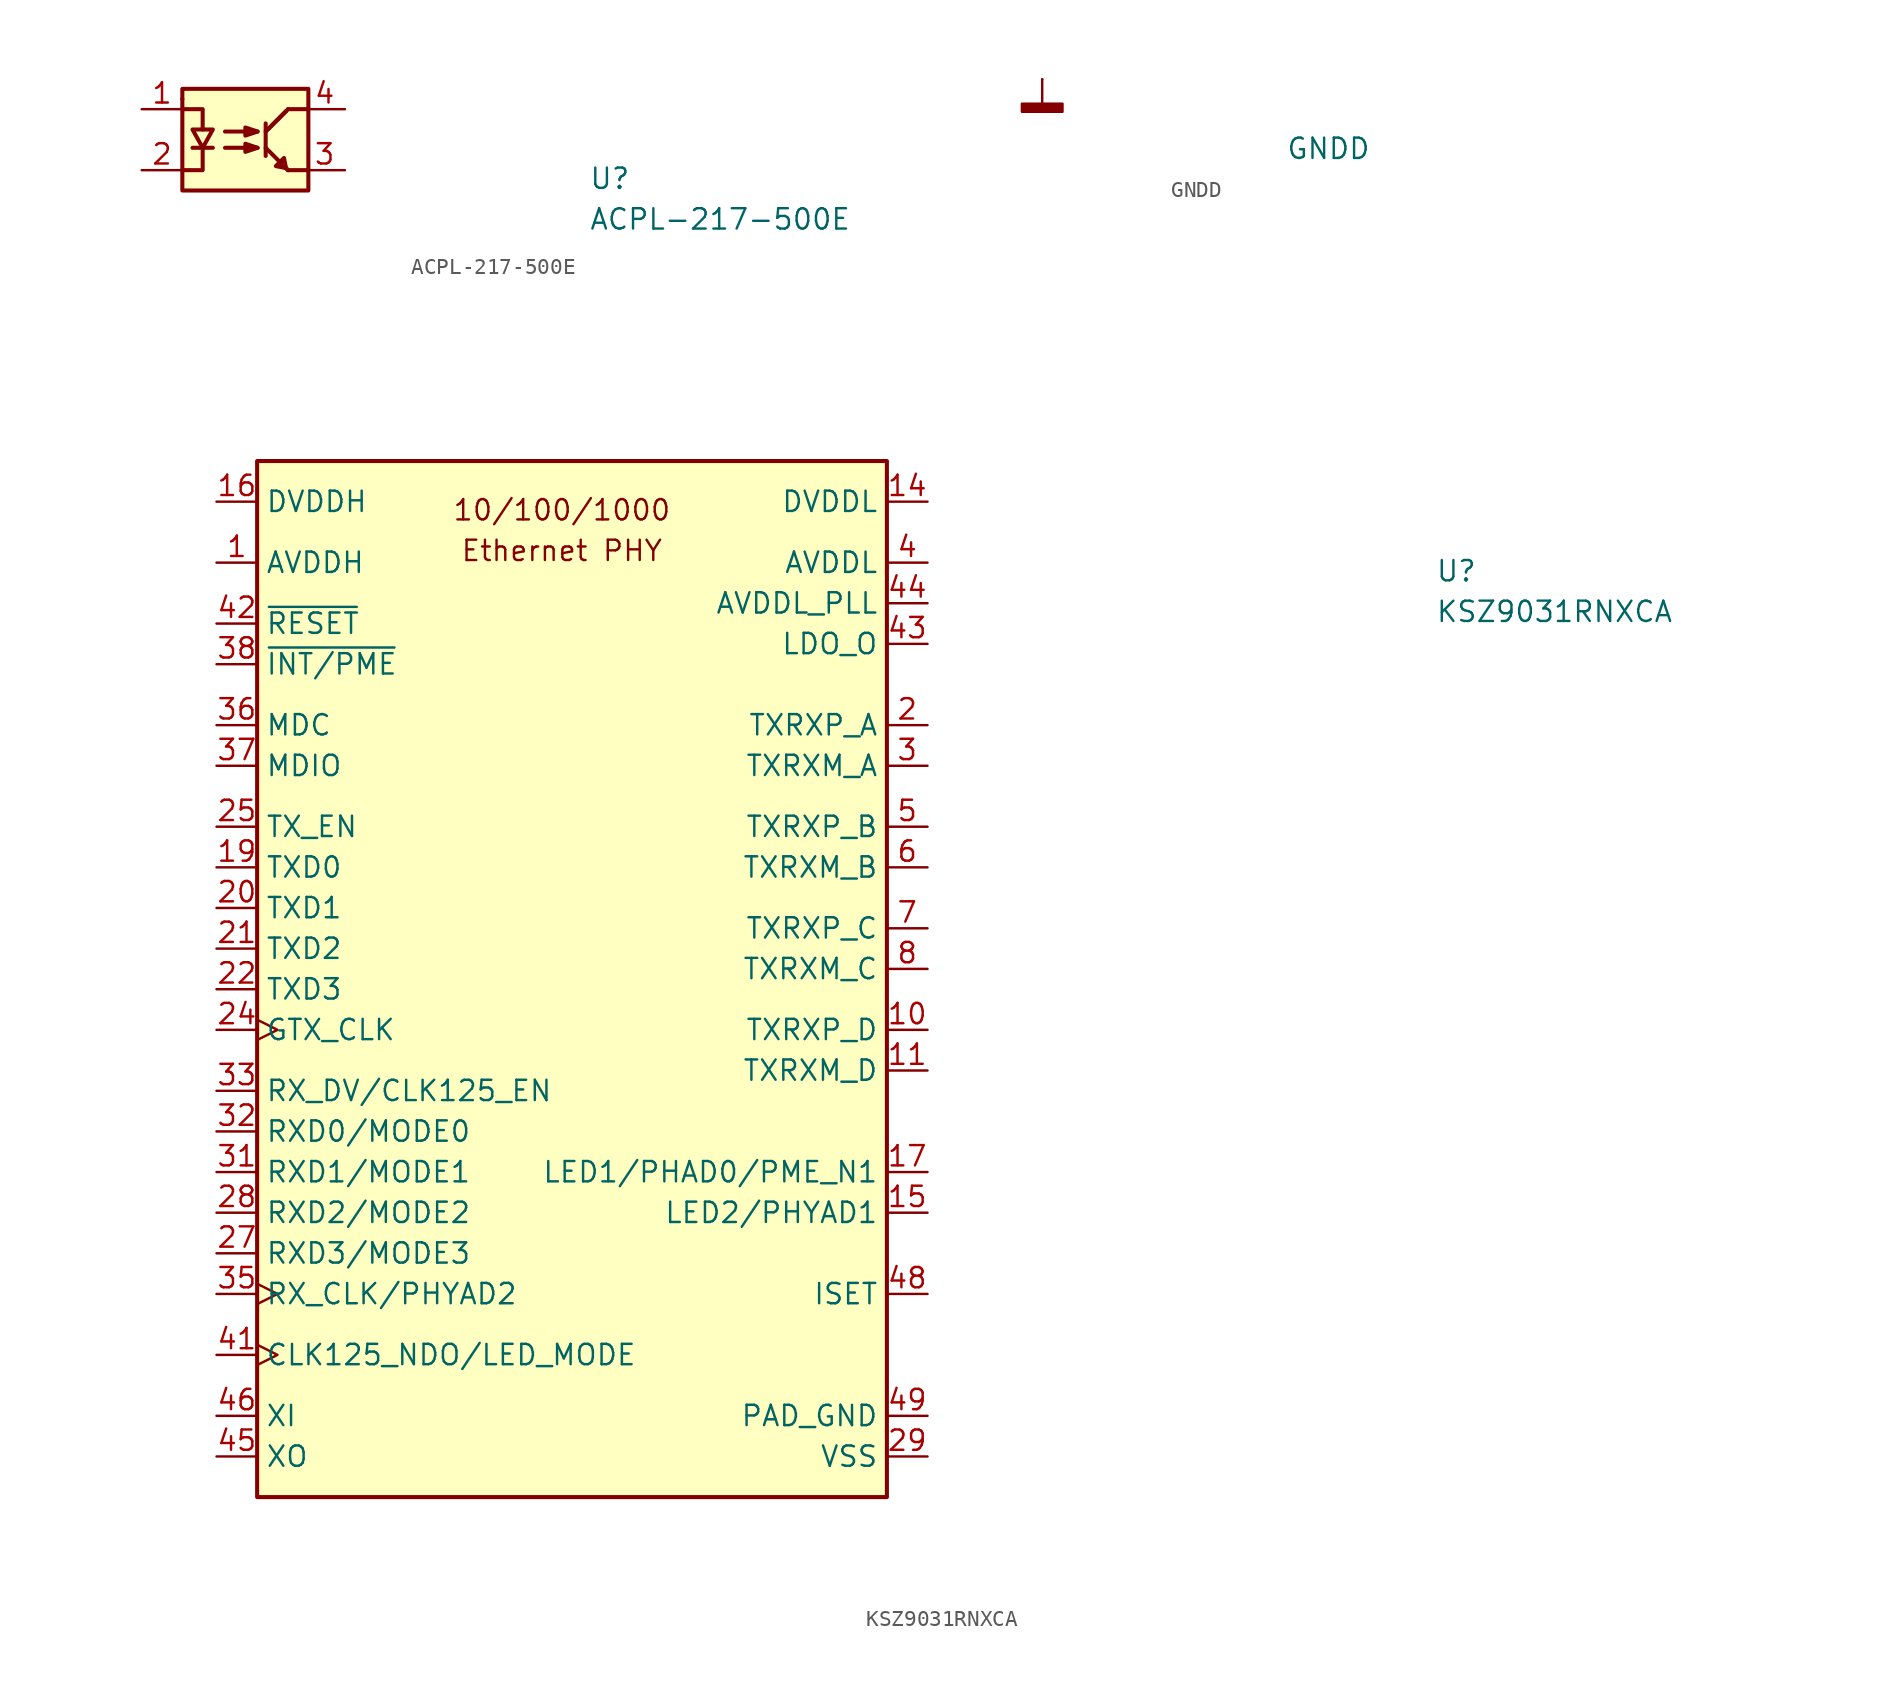
<source format=kicad_sym>
(kicad_symbol_lib
  (version 20211014)
  (generator kicad_symbol_editor)
  (symbol "ACPL-217-500E"
    (property "Reference" "U"
      (at 27.94 -5.08 0)
      (effects (font (size 1.27 1.27) (thickness 0.15)) (justify left bottom)))
    (property "Value" "ACPL-217-500E"
      (at 27.94 -7.62 0)
      (effects (font (size 1.27 1.27) (thickness 0.15)) (justify left bottom)))
    (symbol "ACPL-217-500E_1_1"
      (polyline (pts (xy 3.175 -2.413) (xy 4.445 -2.413)) (stroke (width 0.254) (type default) (color 0 0 0 0)) (fill (type background)))
      (polyline (pts (xy 5.207 -2.413) (xy 7.239 -2.413)) (stroke (width 0.254) (type default) (color 0 0 0 0)) (fill (type background)))
      (polyline (pts (xy 5.207 -1.397) (xy 7.239 -1.397)) (stroke (width 0.254) (type default) (color 0 0 0 0)) (fill (type background)))
      (polyline (pts (xy 7.747 -0.889) (xy 7.747 -2.921)) (stroke (width 0.254) (type default) (color 0 0 0 0)) (fill (type background)))
      (polyline (pts (xy 9.017 -3.683) (xy 7.747 -2.413)) (stroke (width 0.254) (type default) (color 0 0 0 0)) (fill (type background)))
      (polyline (pts (xy 9.017 -0.127) (xy 7.747 -1.397)) (stroke (width 0.254) (type default) (color 0 0 0 0)) (fill (type background)))
      (polyline (pts (xy 9.144 -3.81) (xy 8.89 -3.556)) (stroke (width 0.254) (type default) (color 0 0 0 0)) (fill (type background)))
      (polyline (pts (xy 9.144 -3.81) (xy 8.89 -3.556)) (stroke (width 0.254) (type default) (color 0 0 0 0)) (fill (type background)))
      (polyline (pts (xy 9.144 0) (xy 7.874 -1.27)) (stroke (width 0.254) (type default) (color 0 0 0 0)) (fill (type background)))
      (polyline (pts (xy 10.414 -3.81) (xy 9.144 -3.81)) (stroke (width 0.254) (type default) (color 0 0 0 0)) (fill (type background)))
      (polyline (pts (xy 10.414 0) (xy 9.144 0)) (stroke (width 0.254) (type default) (color 0 0 0 0)) (fill (type background)))
      (polyline (pts (xy 2.54 -3.81) (xy 3.81 -3.81) (xy 3.81 -2.54)) (stroke (width 0.254) (type default) (color 0 0 0 0)) (fill (type background)))
      (polyline (pts (xy 2.54 0) (xy 3.81 0) (xy 3.81 -1.27)) (stroke (width 0.254) (type default) (color 0 0 0 0)) (fill (type background)))
      (polyline (pts (xy 3.175 -1.27) (xy 4.445 -1.27) (xy 3.81 -2.413) (xy 3.175 -1.27)) (stroke (width 0.254) (type default) (color 0 0 0 0)) (fill (type background)))
      (polyline (pts (xy 6.477 -2.159) (xy 6.477 -2.159) (xy 6.477 -2.667) (xy 7.239 -2.413) (xy 6.477 -2.159) (xy 6.477 -2.159)) (stroke (width 0.254) (type default) (color 0 0 0 0)) (fill (type background)))
      (polyline (pts (xy 6.477 -1.143) (xy 6.477 -1.143) (xy 6.477 -1.651) (xy 7.239 -1.397) (xy 6.477 -1.143) (xy 6.477 -1.143)) (stroke (width 0.254) (type default) (color 0 0 0 0)) (fill (type background)))
      (polyline (pts (xy 9.017 -3.683) (xy 9.017 -3.683) (xy 8.89 -3.048) (xy 8.382 -3.556) (xy 9.017 -3.683) (xy 9.017 -3.683)) (stroke (width 0.254) (type default) (color 0 0 0 0)) (fill (type background)))
      (rectangle (start 2.54 0.635) (end 2.54 0.635) (stroke (width 0.254) (type default) (color 0 0 0 0)) (fill (type background)))
      (rectangle (start 2.54 1.27) (end 10.414 -5.08) (stroke (width 0.254) (type default) (color 0 0 0 0)) (fill (type background)))
      (pin passive line (at 0 0 0) (length 2.54) (name "~" (effects (font (size 1.27 1.27)))) (number "1" (effects (font (size 1.27 1.27)))))
      (pin passive line (at 0 -3.81 0) (length 2.54) (name "~" (effects (font (size 1.27 1.27)))) (number "2" (effects (font (size 1.27 1.27)))))
      (pin passive line (at 12.7 -3.81 180) (length 2.54) (name "~" (effects (font (size 1.27 1.27)))) (number "3" (effects (font (size 1.27 1.27)))))
      (pin passive line (at 12.7 0 180) (length 2.54) (name "~" (effects (font (size 1.27 1.27)))) (number "4" (effects (font (size 1.27 1.27)))))))
  (symbol "GNDD"
    (power)
    (pin_numbers hide)
    (pin_names hide)
    (property "Reference" "#PWR"
      (at 15.24 -2.54 0)
      (effects (font (size 1.27 1.27) (thickness 0.15)) (justify left bottom) hide))
    (property "Value" "GNDD"
      (at 15.24 -5.08 0)
      (effects (font (size 1.27 1.27) (thickness 0.15)) (justify left bottom)))
    (symbol "GNDD_1_1"
      (rectangle (start -1.27 -1.524) (end 1.27 -2.032) (stroke (width 0) (type default) (color 0 0 0 0)) (fill (type outline)))
      (polyline (pts (xy 0 0) (xy 0 -1.524)) (stroke (width 0) (type default) (color 0 0 0 0)) (fill (type background)))
      (pin power_in line (at 0 0 270) (length 0) (name "GNDD" (effects (font (size 1.27 1.27)))) (number "1" (effects (font (size 1.27 1.27)))))))
  (symbol "KSZ9031RNXCA"
    (property "Reference" "U"
      (at 76.2 -5.08 0)
      (effects (font (size 1.27 1.27) (thickness 0.15)) (justify left bottom)))
    (property "Value" "KSZ9031RNXCA"
      (at 76.2 -7.62 0)
      (effects (font (size 1.27 1.27) (thickness 0.15)) (justify left bottom)))
    (symbol "KSZ9031RNXCA_1_1"
      (rectangle (start 2.54 2.54) (end 41.91 -62.23) (stroke (width 0.254) (type default) (color 0 0 0 0)) (fill (type background)))
      (text "10/100/1000" (at 21.59 -1.27 0) (effects (font (size 1.27 1.27) (thickness 0.15)) (justify bottom)))
      (text "Ethernet PHY" (at 21.59 -3.81 0) (effects (font (size 1.27 1.27) (thickness 0.15)) (justify bottom)))
      (pin power_in line (at 0 -3.81 0) (length 2.54) (name "AVDDH" (effects (font (size 1.27 1.27)))) (number "1" (effects (font (size 1.27 1.27)))))
      (pin bidirectional line (at 44.45 -33.02 180) (length 2.54) (name "TXRXP_D" (effects (font (size 1.27 1.27)))) (number "10" (effects (font (size 1.27 1.27)))))
      (pin bidirectional line (at 44.45 -35.56 180) (length 2.54) (name "TXRXM_D" (effects (font (size 1.27 1.27)))) (number "11" (effects (font (size 1.27 1.27)))))
      (pin passive line (at 0 -3.81 0) (length 2.54) hide (name "AVDDH" (effects (font (size 1.27 1.27)))) (number "12" (effects (font (size 1.27 1.27)))))
      (pin no_connect line (at 28.575 -62.23 90) (length 2.54) hide (name "NC" (effects (font (size 1.27 1.27)))) (number "13" (effects (font (size 1.27 1.27)))))
      (pin power_in line (at 44.45 0 180) (length 2.54) (name "DVDDL" (effects (font (size 1.27 1.27)))) (number "14" (effects (font (size 1.27 1.27)))))
      (pin bidirectional line (at 44.45 -44.45 180) (length 2.54) (name "LED2/PHYAD1" (effects (font (size 1.27 1.27)))) (number "15" (effects (font (size 1.27 1.27)))))
      (pin power_in line (at 0 0 0) (length 2.54) (name "DVDDH" (effects (font (size 1.27 1.27)))) (number "16" (effects (font (size 1.27 1.27)))))
      (pin bidirectional line (at 44.45 -41.91 180) (length 2.54) (name "LED1/PHAD0/PME_N1" (effects (font (size 1.27 1.27)))) (number "17" (effects (font (size 1.27 1.27)))))
      (pin passive line (at 44.45 0 180) (length 2.54) hide (name "DVDDL" (effects (font (size 1.27 1.27)))) (number "18" (effects (font (size 1.27 1.27)))))
      (pin input line (at 0 -22.86 0) (length 2.54) (name "TXD0" (effects (font (size 1.27 1.27)))) (number "19" (effects (font (size 1.27 1.27)))))
      (pin bidirectional line (at 44.45 -13.97 180) (length 2.54) (name "TXRXP_A" (effects (font (size 1.27 1.27)))) (number "2" (effects (font (size 1.27 1.27)))))
      (pin input line (at 0 -25.4 0) (length 2.54) (name "TXD1" (effects (font (size 1.27 1.27)))) (number "20" (effects (font (size 1.27 1.27)))))
      (pin input line (at 0 -27.94 0) (length 2.54) (name "TXD2" (effects (font (size 1.27 1.27)))) (number "21" (effects (font (size 1.27 1.27)))))
      (pin input line (at 0 -30.48 0) (length 2.54) (name "TXD3" (effects (font (size 1.27 1.27)))) (number "22" (effects (font (size 1.27 1.27)))))
      (pin passive line (at 44.45 0 180) (length 2.54) hide (name "DVDDL" (effects (font (size 1.27 1.27)))) (number "23" (effects (font (size 1.27 1.27)))))
      (pin input clock (at 0 -33.02 0) (length 2.54) (name "GTX_CLK" (effects (font (size 1.27 1.27)))) (number "24" (effects (font (size 1.27 1.27)))))
      (pin input line (at 0 -20.32 0) (length 2.54) (name "TX_EN" (effects (font (size 1.27 1.27)))) (number "25" (effects (font (size 1.27 1.27)))))
      (pin passive line (at 44.45 0 180) (length 2.54) hide (name "DVDDL" (effects (font (size 1.27 1.27)))) (number "26" (effects (font (size 1.27 1.27)))))
      (pin input line (at 0 -46.99 0) (length 2.54) (name "RXD3/MODE3" (effects (font (size 1.27 1.27)))) (number "27" (effects (font (size 1.27 1.27)))))
      (pin input line (at 0 -44.45 0) (length 2.54) (name "RXD2/MODE2" (effects (font (size 1.27 1.27)))) (number "28" (effects (font (size 1.27 1.27)))))
      (pin power_in line (at 44.45 -59.69 180) (length 2.54) (name "VSS" (effects (font (size 1.27 1.27)))) (number "29" (effects (font (size 1.27 1.27)))))
      (pin bidirectional line (at 44.45 -16.51 180) (length 2.54) (name "TXRXM_A" (effects (font (size 1.27 1.27)))) (number "3" (effects (font (size 1.27 1.27)))))
      (pin passive line (at 44.45 0 180) (length 2.54) hide (name "DVDDL" (effects (font (size 1.27 1.27)))) (number "30" (effects (font (size 1.27 1.27)))))
      (pin input line (at 0 -41.91 0) (length 2.54) (name "RXD1/MODE1" (effects (font (size 1.27 1.27)))) (number "31" (effects (font (size 1.27 1.27)))))
      (pin input line (at 0 -39.37 0) (length 2.54) (name "RXD0/MODE0" (effects (font (size 1.27 1.27)))) (number "32" (effects (font (size 1.27 1.27)))))
      (pin input line (at 0 -36.83 0) (length 2.54) (name "RX_DV/CLK125_EN" (effects (font (size 1.27 1.27)))) (number "33" (effects (font (size 1.27 1.27)))))
      (pin passive line (at 0 0 0) (length 2.54) hide (name "DVDDH" (effects (font (size 1.27 1.27)))) (number "34" (effects (font (size 1.27 1.27)))))
      (pin input clock (at 0 -49.53 0) (length 2.54) (name "RX_CLK/PHYAD2" (effects (font (size 1.27 1.27)))) (number "35" (effects (font (size 1.27 1.27)))))
      (pin input line (at 0 -13.97 0) (length 2.54) (name "MDC" (effects (font (size 1.27 1.27)))) (number "36" (effects (font (size 1.27 1.27)))))
      (pin input line (at 0 -16.51 0) (length 2.54) (name "MDIO" (effects (font (size 1.27 1.27)))) (number "37" (effects (font (size 1.27 1.27)))))
      (pin input line (at 0 -10.16 0) (length 2.54) (name "~{INT/PME}" (effects (font (size 1.27 1.27)))) (number "38" (effects (font (size 1.27 1.27)))))
      (pin passive line (at 44.45 0 180) (length 2.54) hide (name "DVDDL" (effects (font (size 1.27 1.27)))) (number "39" (effects (font (size 1.27 1.27)))))
      (pin power_in line (at 44.45 -3.81 180) (length 2.54) (name "AVDDL" (effects (font (size 1.27 1.27)))) (number "4" (effects (font (size 1.27 1.27)))))
      (pin passive line (at 0 0 0) (length 2.54) hide (name "DVDDH" (effects (font (size 1.27 1.27)))) (number "40" (effects (font (size 1.27 1.27)))))
      (pin input clock (at 0 -53.34 0) (length 2.54) (name "CLK125_NDO/LED_MODE" (effects (font (size 1.27 1.27)))) (number "41" (effects (font (size 1.27 1.27)))))
      (pin input line (at 0 -7.62 0) (length 2.54) (name "~{RESET}" (effects (font (size 1.27 1.27)))) (number "42" (effects (font (size 1.27 1.27)))))
      (pin input line (at 44.45 -8.89 180) (length 2.54) (name "LDO_O" (effects (font (size 1.27 1.27)))) (number "43" (effects (font (size 1.27 1.27)))))
      (pin power_in line (at 44.45 -6.35 180) (length 2.54) (name "AVDDL_PLL" (effects (font (size 1.27 1.27)))) (number "44" (effects (font (size 1.27 1.27)))))
      (pin input line (at 0 -59.69 0) (length 2.54) (name "XO" (effects (font (size 1.27 1.27)))) (number "45" (effects (font (size 1.27 1.27)))))
      (pin input line (at 0 -57.15 0) (length 2.54) (name "XI" (effects (font (size 1.27 1.27)))) (number "46" (effects (font (size 1.27 1.27)))))
      (pin no_connect line (at 28.575 -62.23 90) (length 2.54) hide (name "NC" (effects (font (size 1.27 1.27)))) (number "47" (effects (font (size 1.27 1.27)))))
      (pin output line (at 44.45 -49.53 180) (length 2.54) (name "ISET" (effects (font (size 1.27 1.27)))) (number "48" (effects (font (size 1.27 1.27)))))
      (pin power_in line (at 44.45 -57.15 180) (length 2.54) (name "PAD_GND" (effects (font (size 1.27 1.27)))) (number "49" (effects (font (size 1.27 1.27)))))
      (pin bidirectional line (at 44.45 -20.32 180) (length 2.54) (name "TXRXP_B" (effects (font (size 1.27 1.27)))) (number "5" (effects (font (size 1.27 1.27)))))
      (pin bidirectional line (at 44.45 -22.86 180) (length 2.54) (name "TXRXM_B" (effects (font (size 1.27 1.27)))) (number "6" (effects (font (size 1.27 1.27)))))
      (pin bidirectional line (at 44.45 -26.67 180) (length 2.54) (name "TXRXP_C" (effects (font (size 1.27 1.27)))) (number "7" (effects (font (size 1.27 1.27)))))
      (pin bidirectional line (at 44.45 -29.21 180) (length 2.54) (name "TXRXM_C" (effects (font (size 1.27 1.27)))) (number "8" (effects (font (size 1.27 1.27)))))
      (pin passive line (at 44.45 -3.81 180) (length 2.54) hide (name "AVDDL" (effects (font (size 1.27 1.27)))) (number "9" (effects (font (size 1.27 1.27))))))))
</source>
